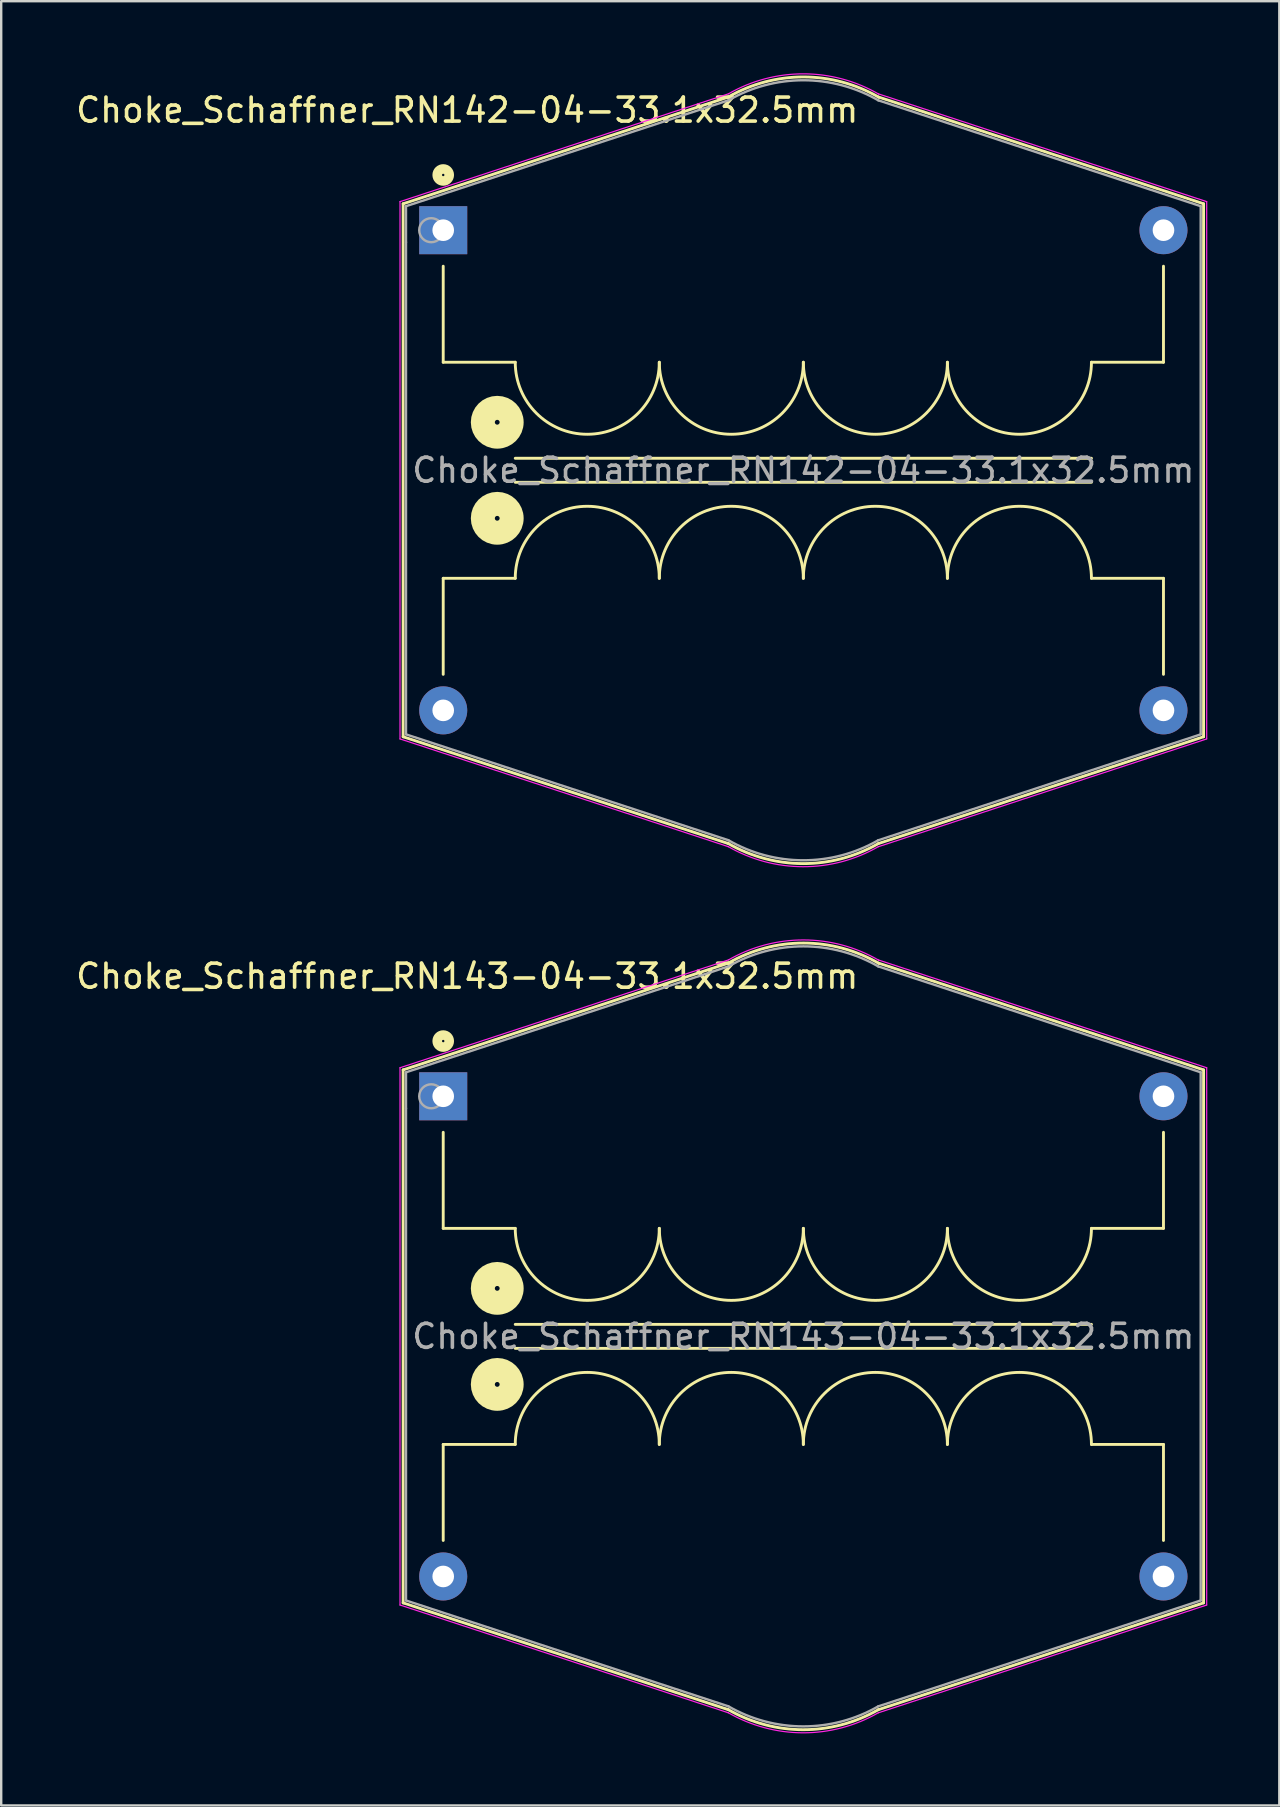
<source format=kicad_pcb>
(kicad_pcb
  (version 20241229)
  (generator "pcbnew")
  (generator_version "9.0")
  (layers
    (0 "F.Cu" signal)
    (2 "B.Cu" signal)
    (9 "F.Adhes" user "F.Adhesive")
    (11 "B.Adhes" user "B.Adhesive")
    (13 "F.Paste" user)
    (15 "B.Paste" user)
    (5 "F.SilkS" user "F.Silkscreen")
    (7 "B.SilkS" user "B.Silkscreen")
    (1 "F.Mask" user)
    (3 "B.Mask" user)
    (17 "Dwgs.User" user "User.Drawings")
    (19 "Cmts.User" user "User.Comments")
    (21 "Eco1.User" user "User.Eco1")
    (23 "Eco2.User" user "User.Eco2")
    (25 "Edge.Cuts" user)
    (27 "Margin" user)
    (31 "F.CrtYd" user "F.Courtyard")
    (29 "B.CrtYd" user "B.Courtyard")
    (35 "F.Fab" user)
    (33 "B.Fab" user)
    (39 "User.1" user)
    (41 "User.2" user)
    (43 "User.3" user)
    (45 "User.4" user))
  (footprint "Choke_Schaffner_RN143-04-33.1x32.5mm"
    (layer "F.Cu")
    (at 15.411 42.613)
    (property "Reference" "Choke_Schaffner_RN143-04-33.1x32.5mm" (at 1 -5 0) (layer "F.SilkS") (effects (font (size 1 1) (thickness 0.15))))
    (attr through_hole)
    (fp_line (start -1.67 -1.1) (end 11.88 -5.55) (stroke (width 0.12) (type solid)) (layer "F.SilkS"))
    (fp_line (start -1.67 21.1) (end -1.67 -1.1) (stroke (width 0.12) (type solid)) (layer "F.SilkS"))
    (fp_line (start 0 5.5) (end 0 1.5) (stroke (width 0.12) (type solid)) (layer "F.SilkS"))
    (fp_line (start 0 14.5) (end 0 18.5) (stroke (width 0.12) (type solid)) (layer "F.SilkS"))
    (fp_line (start 3 5.5) (end 0 5.5) (stroke (width 0.12) (type solid)) (layer "F.SilkS"))
    (fp_line (start 3 9.5) (end 27 9.5) (stroke (width 0.12) (type solid)) (layer "F.SilkS"))
    (fp_line (start 3 14.5) (end 0 14.5) (stroke (width 0.12) (type solid)) (layer "F.SilkS"))
    (fp_line (start 11.88 25.55) (end -1.67 21.1) (stroke (width 0.12) (type solid)) (layer "F.SilkS"))
    (fp_line (start 18.12 -5.55) (end 31.67 -1.1) (stroke (width 0.12) (type solid)) (layer "F.SilkS"))
    (fp_line (start 27 5.5) (end 30 5.5) (stroke (width 0.12) (type solid)) (layer "F.SilkS"))
    (fp_line (start 27 10.5) (end 3 10.5) (stroke (width 0.12) (type solid)) (layer "F.SilkS"))
    (fp_line (start 27 14.5) (end 30 14.5) (stroke (width 0.12) (type solid)) (layer "F.SilkS"))
    (fp_line (start 30 5.5) (end 30 1.5) (stroke (width 0.12) (type solid)) (layer "F.SilkS"))
    (fp_line (start 30 14.5) (end 30 18.5) (stroke (width 0.12) (type solid)) (layer "F.SilkS"))
    (fp_line (start 31.67 -1.1) (end 31.67 21.1) (stroke (width 0.12) (type solid)) (layer "F.SilkS"))
    (fp_line (start 31.67 21.1) (end 18.12 25.55) (stroke (width 0.12) (type solid)) (layer "F.SilkS"))
    (fp_arc (start 3 14.5) (mid 6 11.5) (end 9 14.5) (stroke (width 0.12) (type solid)) (layer "F.SilkS"))
    (fp_arc (start 9 5.5) (mid 6 8.5) (end 3 5.5) (stroke (width 0.12) (type solid)) (layer "F.SilkS"))
    (fp_arc (start 9 14.5) (mid 12 11.5) (end 15 14.5) (stroke (width 0.12) (type solid)) (layer "F.SilkS"))
    (fp_arc (start 11.88 -5.55) (mid 15.013001 -6.382518) (end 18.142518 -5.536999) (stroke (width 0.12) (type solid)) (layer "F.SilkS"))
    (fp_arc (start 15 5.5) (mid 12 8.5) (end 9 5.5) (stroke (width 0.12) (type solid)) (layer "F.SilkS"))
    (fp_arc (start 15 14.5) (mid 18 11.5) (end 21 14.5) (stroke (width 0.12) (type solid)) (layer "F.SilkS"))
    (fp_arc (start 18.12 25.55) (mid 14.986999 26.382518) (end 11.857482 25.536999) (stroke (width 0.12) (type solid)) (layer "F.SilkS"))
    (fp_arc (start 21 5.5) (mid 18 8.5) (end 15 5.5) (stroke (width 0.12) (type solid)) (layer "F.SilkS"))
    (fp_arc (start 21 14.5) (mid 24 11.5) (end 27 14.5) (stroke (width 0.12) (type solid)) (layer "F.SilkS"))
    (fp_arc (start 27 5.5) (mid 24 8.5) (end 21 5.5) (stroke (width 0.12) (type solid)) (layer "F.SilkS"))
    (fp_circle (center 0 -2.3) (end 0.05 -2.3) (stroke (width 0.4) (type solid)) (fill no) (layer "F.SilkS"))
    (fp_circle (center 2.25 8) (end 2.35 8) (stroke (width 1) (type solid)) (fill no) (layer "F.SilkS"))
    (fp_circle (center 2.25 12) (end 2.35 12) (stroke (width 1) (type solid)) (fill no) (layer "F.SilkS"))
    (fp_line (start -1.8 -1.19) (end 11.88 -5.68) (stroke (width 0.05) (type solid)) (layer "F.CrtYd"))
    (fp_line (start -1.8 21.19) (end -1.8 -1.19) (stroke (width 0.05) (type solid)) (layer "F.CrtYd"))
    (fp_line (start 11.88 25.68) (end -1.8 21.19) (stroke (width 0.05) (type solid)) (layer "F.CrtYd"))
    (fp_line (start 18.12 -5.68) (end 31.8 -1.19) (stroke (width 0.05) (type solid)) (layer "F.CrtYd"))
    (fp_line (start 31.8 -1.19) (end 31.8 21.19) (stroke (width 0.05) (type solid)) (layer "F.CrtYd"))
    (fp_line (start 31.8 21.19) (end 18.12 25.68) (stroke (width 0.05) (type solid)) (layer "F.CrtYd"))
    (fp_arc (start 11.88 -5.68) (mid 15.013001 -6.512518) (end 18.142518 -5.666999) (stroke (width 0.05) (type solid)) (layer "F.CrtYd"))
    (fp_arc (start 18.12 25.68) (mid 14.986999 26.512518) (end 11.857482 25.666999) (stroke (width 0.05) (type solid)) (layer "F.CrtYd"))
    (fp_line (start -1.55 -1) (end 11.88 -5.41) (stroke (width 0.1) (type solid)) (layer "F.Fab"))
    (fp_line (start -1.55 0.5) (end -1.55 -1) (stroke (width 0.1) (type solid)) (layer "F.Fab"))
    (fp_line (start -1.55 21) (end -1.55 0.5) (stroke (width 0.1) (type solid)) (layer "F.Fab"))
    (fp_line (start 11.88 25.41) (end -1.55 21) (stroke (width 0.1) (type solid)) (layer "F.Fab"))
    (fp_line (start 18.12 -5.41) (end 31.55 -1) (stroke (width 0.1) (type solid)) (layer "F.Fab"))
    (fp_line (start 31.55 -1) (end 31.55 21) (stroke (width 0.1) (type solid)) (layer "F.Fab"))
    (fp_line (start 31.55 21) (end 18.12 25.41) (stroke (width 0.1) (type solid)) (layer "F.Fab"))
    (fp_arc (start 11.88 -5.41) (mid 15.003001 -6.245197) (end 18.125197 -5.406999) (stroke (width 0.1) (type solid)) (layer "F.Fab"))
    (fp_arc (start 18.12 25.41) (mid 14.996999 26.245197) (end 11.874803 25.406999) (stroke (width 0.1) (type solid)) (layer "F.Fab"))
    (fp_circle (center -0.5 0) (end 0.000001 0) (stroke (width 0.1) (type solid)) (fill no) (layer "F.Fab"))
    (fp_text user "${REFERENCE}" (at 15 10 0) (layer "F.Fab") (effects (font (size 1 1) (thickness 0.15))))
    (pad "1" thru_hole rect (at 0 0) (size 2 2) (drill 0.9) (layers "*.Cu" "*.Mask"))
    (pad "2" thru_hole circle (at 30 0) (size 2 2) (drill 0.9) (layers "*.Cu" "*.Mask"))
    (pad "3" thru_hole circle (at 0 20) (size 2 2) (drill 0.9) (layers "*.Cu" "*.Mask"))
    (pad "4" thru_hole circle (at 30 20) (size 2 2) (drill 0.9) (layers "*.Cu" "*.Mask")))
  (footprint "Choke_Schaffner_RN142-04-33.1x32.5mm"
    (layer "F.Cu")
    (at 15.411 6.538)
    (property "Reference" "Choke_Schaffner_RN142-04-33.1x32.5mm" (at 1 -5 0) (layer "F.SilkS") (effects (font (size 1 1) (thickness 0.15))))
    (attr through_hole)
    (fp_line (start -1.67 -1.1) (end 11.88 -5.55) (stroke (width 0.12) (type solid)) (layer "F.SilkS"))
    (fp_line (start -1.67 21.1) (end -1.67 -1.1) (stroke (width 0.12) (type solid)) (layer "F.SilkS"))
    (fp_line (start 0 5.5) (end 0 1.5) (stroke (width 0.12) (type solid)) (layer "F.SilkS"))
    (fp_line (start 0 14.5) (end 0 18.5) (stroke (width 0.12) (type solid)) (layer "F.SilkS"))
    (fp_line (start 3 5.5) (end 0 5.5) (stroke (width 0.12) (type solid)) (layer "F.SilkS"))
    (fp_line (start 3 9.5) (end 27 9.5) (stroke (width 0.12) (type solid)) (layer "F.SilkS"))
    (fp_line (start 3 14.5) (end 0 14.5) (stroke (width 0.12) (type solid)) (layer "F.SilkS"))
    (fp_line (start 11.88 25.55) (end -1.67 21.1) (stroke (width 0.12) (type solid)) (layer "F.SilkS"))
    (fp_line (start 18.12 -5.55) (end 31.67 -1.1) (stroke (width 0.12) (type solid)) (layer "F.SilkS"))
    (fp_line (start 27 5.5) (end 30 5.5) (stroke (width 0.12) (type solid)) (layer "F.SilkS"))
    (fp_line (start 27 10.5) (end 3 10.5) (stroke (width 0.12) (type solid)) (layer "F.SilkS"))
    (fp_line (start 27 14.5) (end 30 14.5) (stroke (width 0.12) (type solid)) (layer "F.SilkS"))
    (fp_line (start 30 5.5) (end 30 1.5) (stroke (width 0.12) (type solid)) (layer "F.SilkS"))
    (fp_line (start 30 14.5) (end 30 18.5) (stroke (width 0.12) (type solid)) (layer "F.SilkS"))
    (fp_line (start 31.67 -1.1) (end 31.67 21.1) (stroke (width 0.12) (type solid)) (layer "F.SilkS"))
    (fp_line (start 31.67 21.1) (end 18.12 25.55) (stroke (width 0.12) (type solid)) (layer "F.SilkS"))
    (fp_arc (start 3 14.5) (mid 6 11.5) (end 9 14.5) (stroke (width 0.12) (type solid)) (layer "F.SilkS"))
    (fp_arc (start 9 5.5) (mid 6 8.5) (end 3 5.5) (stroke (width 0.12) (type solid)) (layer "F.SilkS"))
    (fp_arc (start 9 14.5) (mid 12 11.5) (end 15 14.5) (stroke (width 0.12) (type solid)) (layer "F.SilkS"))
    (fp_arc (start 11.88 -5.55) (mid 15.013001 -6.382518) (end 18.142518 -5.536999) (stroke (width 0.12) (type solid)) (layer "F.SilkS"))
    (fp_arc (start 15 5.5) (mid 12 8.5) (end 9 5.5) (stroke (width 0.12) (type solid)) (layer "F.SilkS"))
    (fp_arc (start 15 14.5) (mid 18 11.5) (end 21 14.5) (stroke (width 0.12) (type solid)) (layer "F.SilkS"))
    (fp_arc (start 18.12 25.55) (mid 14.986999 26.382518) (end 11.857482 25.536999) (stroke (width 0.12) (type solid)) (layer "F.SilkS"))
    (fp_arc (start 21 5.5) (mid 18 8.5) (end 15 5.5) (stroke (width 0.12) (type solid)) (layer "F.SilkS"))
    (fp_arc (start 21 14.5) (mid 24 11.5) (end 27 14.5) (stroke (width 0.12) (type solid)) (layer "F.SilkS"))
    (fp_arc (start 27 5.5) (mid 24 8.5) (end 21 5.5) (stroke (width 0.12) (type solid)) (layer "F.SilkS"))
    (fp_circle (center 0 -2.3) (end 0.05 -2.3) (stroke (width 0.4) (type solid)) (fill no) (layer "F.SilkS"))
    (fp_circle (center 2.25 8) (end 2.35 8) (stroke (width 1) (type solid)) (fill no) (layer "F.SilkS"))
    (fp_circle (center 2.25 12) (end 2.35 12) (stroke (width 1) (type solid)) (fill no) (layer "F.SilkS"))
    (fp_line (start -1.8 -1.19) (end 11.88 -5.68) (stroke (width 0.05) (type solid)) (layer "F.CrtYd"))
    (fp_line (start -1.8 21.19) (end -1.8 -1.19) (stroke (width 0.05) (type solid)) (layer "F.CrtYd"))
    (fp_line (start 11.88 25.68) (end -1.8 21.19) (stroke (width 0.05) (type solid)) (layer "F.CrtYd"))
    (fp_line (start 18.12 -5.68) (end 31.8 -1.19) (stroke (width 0.05) (type solid)) (layer "F.CrtYd"))
    (fp_line (start 31.8 -1.19) (end 31.8 21.19) (stroke (width 0.05) (type solid)) (layer "F.CrtYd"))
    (fp_line (start 31.8 21.19) (end 18.12 25.68) (stroke (width 0.05) (type solid)) (layer "F.CrtYd"))
    (fp_arc (start 11.88 -5.68) (mid 15.013001 -6.512518) (end 18.142518 -5.666999) (stroke (width 0.05) (type solid)) (layer "F.CrtYd"))
    (fp_arc (start 18.12 25.68) (mid 14.986999 26.512518) (end 11.857482 25.666999) (stroke (width 0.05) (type solid)) (layer "F.CrtYd"))
    (fp_line (start -1.55 -1) (end 11.88 -5.41) (stroke (width 0.1) (type solid)) (layer "F.Fab"))
    (fp_line (start -1.55 0.5) (end -1.55 -1) (stroke (width 0.1) (type solid)) (layer "F.Fab"))
    (fp_line (start -1.55 21) (end -1.55 0.5) (stroke (width 0.1) (type solid)) (layer "F.Fab"))
    (fp_line (start 11.88 25.41) (end -1.55 21) (stroke (width 0.1) (type solid)) (layer "F.Fab"))
    (fp_line (start 18.12 -5.41) (end 31.55 -1) (stroke (width 0.1) (type solid)) (layer "F.Fab"))
    (fp_line (start 31.55 -1) (end 31.55 21) (stroke (width 0.1) (type solid)) (layer "F.Fab"))
    (fp_line (start 31.55 21) (end 18.12 25.41) (stroke (width 0.1) (type solid)) (layer "F.Fab"))
    (fp_arc (start 11.88 -5.41) (mid 15.003001 -6.245197) (end 18.125197 -5.406999) (stroke (width 0.1) (type solid)) (layer "F.Fab"))
    (fp_arc (start 18.12 25.41) (mid 14.996999 26.245197) (end 11.874803 25.406999) (stroke (width 0.1) (type solid)) (layer "F.Fab"))
    (fp_circle (center -0.5 0) (end 0.000001 0) (stroke (width 0.1) (type solid)) (fill no) (layer "F.Fab"))
    (fp_text user "${REFERENCE}" (at 15 10 0) (layer "F.Fab") (effects (font (size 1 1) (thickness 0.15))))
    (pad "1" thru_hole rect (at 0 0) (size 2 2) (drill 0.9) (layers "*.Cu" "*.Mask"))
    (pad "2" thru_hole circle (at 30 0) (size 2 2) (drill 0.9) (layers "*.Cu" "*.Mask"))
    (pad "3" thru_hole circle (at 0 20) (size 2 2) (drill 0.9) (layers "*.Cu" "*.Mask"))
    (pad "4" thru_hole circle (at 30 20) (size 2 2) (drill 0.9) (layers "*.Cu" "*.Mask")))
  (gr_rect
    (start -3 -3)
    (end 50.236 72.15)
    (stroke (width 0.1) (type default))
    (fill no)
    (layer "Edge.Cuts")))
</source>
